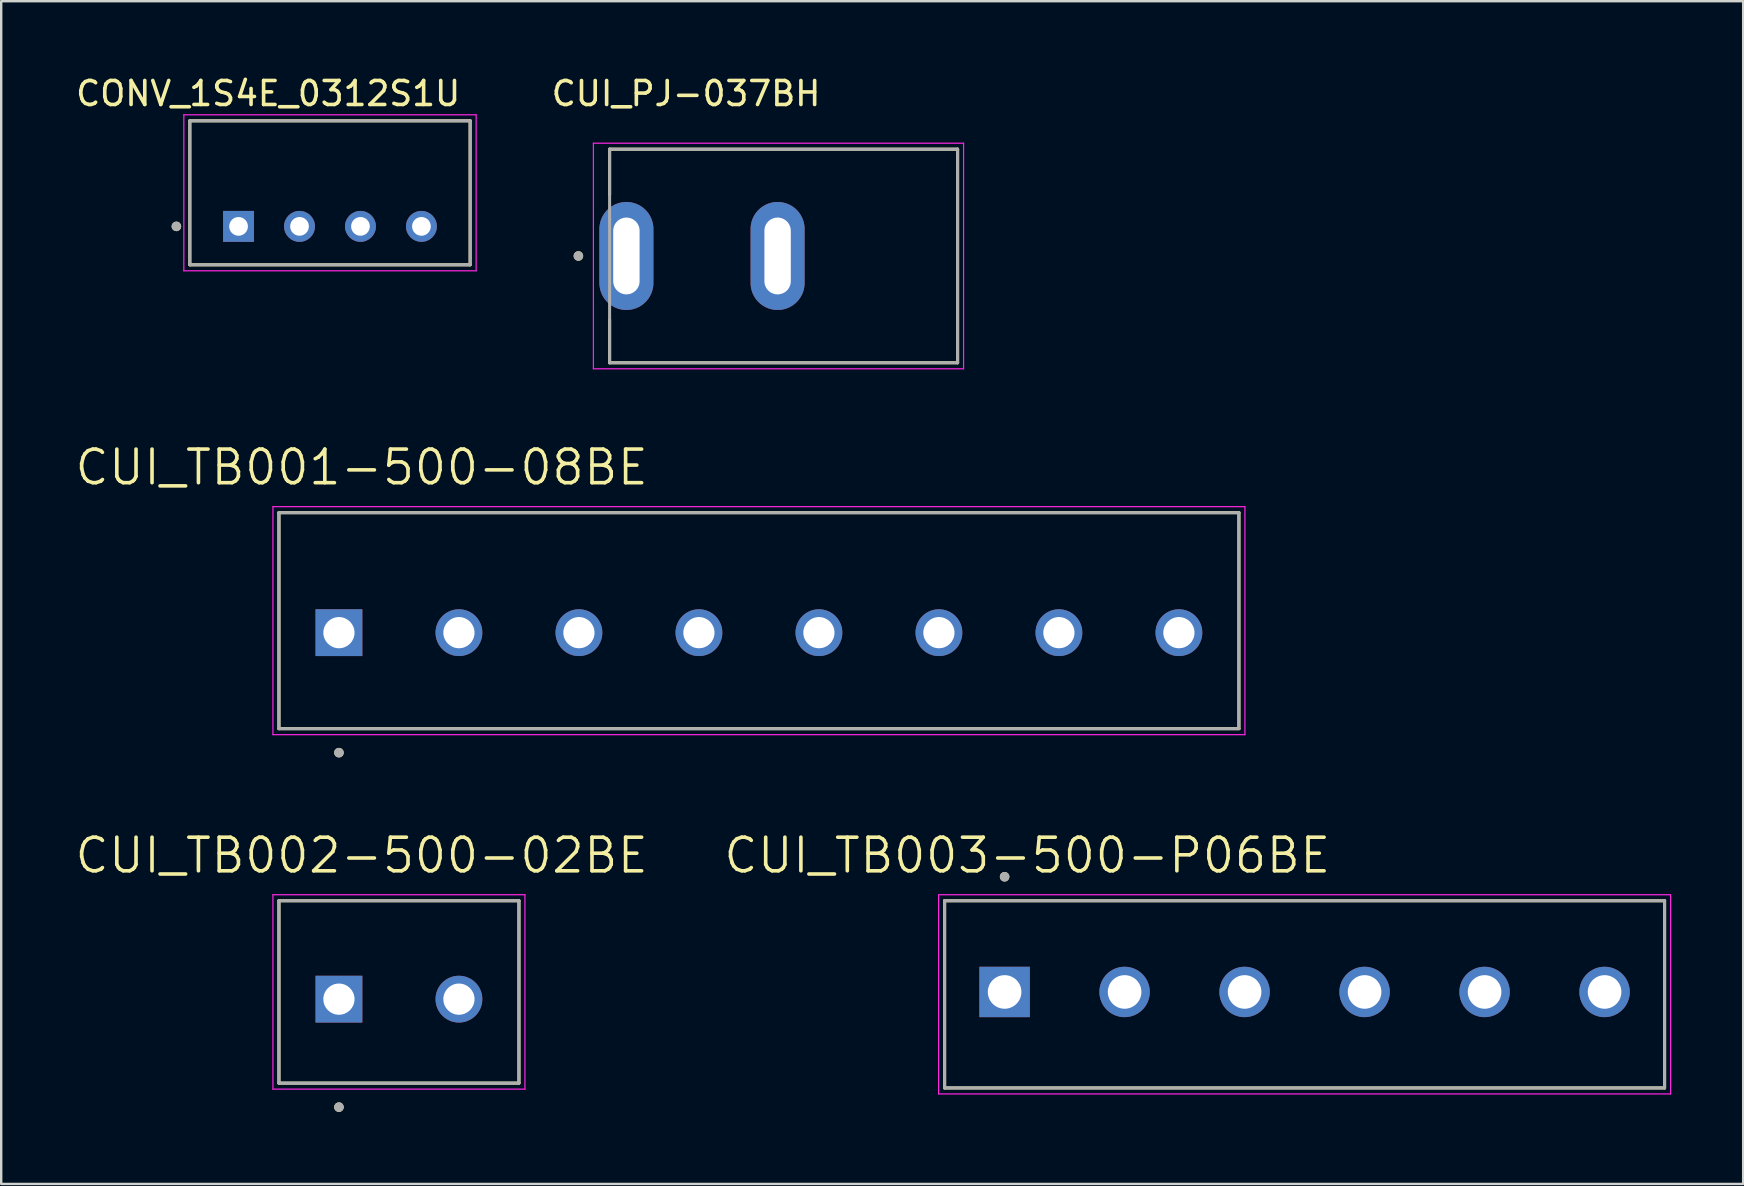
<source format=kicad_pcb>
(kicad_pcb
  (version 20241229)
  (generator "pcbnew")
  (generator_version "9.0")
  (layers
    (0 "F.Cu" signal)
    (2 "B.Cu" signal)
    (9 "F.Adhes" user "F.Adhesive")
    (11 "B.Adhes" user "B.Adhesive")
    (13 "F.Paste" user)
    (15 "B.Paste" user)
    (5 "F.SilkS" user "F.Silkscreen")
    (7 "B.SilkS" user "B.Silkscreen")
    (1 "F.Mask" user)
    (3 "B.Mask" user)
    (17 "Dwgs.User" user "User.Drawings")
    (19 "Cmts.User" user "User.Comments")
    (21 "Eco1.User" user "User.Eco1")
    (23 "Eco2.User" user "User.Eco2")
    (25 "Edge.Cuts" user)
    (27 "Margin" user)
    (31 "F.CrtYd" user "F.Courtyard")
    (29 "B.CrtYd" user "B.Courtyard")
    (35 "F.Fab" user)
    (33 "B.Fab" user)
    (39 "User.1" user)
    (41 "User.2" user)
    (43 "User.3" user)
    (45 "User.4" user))
  (footprint "CUI_TB003-500-P06BE"
    (layer "F.Cu")
    (at 38.81 38.283)
    (property "Reference" "CUI_TB003-500-P06BE" (at 0.945 -5.689 0) (layer "F.SilkS") (effects (font (size 1.4 1.4) (thickness 0.15))))
    (attr through_hole)
    (fp_line (start -2.5 -3.8) (end 27.5 -3.8) (stroke (width 0.127) (type solid)) (layer "F.SilkS"))
    (fp_line (start -2.5 4) (end -2.5 -3.8) (stroke (width 0.127) (type solid)) (layer "F.SilkS"))
    (fp_line (start 27.5 -3.8) (end 27.5 4) (stroke (width 0.127) (type solid)) (layer "F.SilkS"))
    (fp_line (start 27.5 4) (end -2.5 4) (stroke (width 0.127) (type solid)) (layer "F.SilkS"))
    (fp_circle (center 0 -4.8) (end 0.1 -4.8) (stroke (width 0.2) (type solid)) (fill no) (layer "F.SilkS"))
    (fp_line (start -2.75 -4.05) (end 27.75 -4.05) (stroke (width 0.05) (type solid)) (layer "F.CrtYd"))
    (fp_line (start -2.75 4.25) (end -2.75 -4.05) (stroke (width 0.05) (type solid)) (layer "F.CrtYd"))
    (fp_line (start 27.75 -4.05) (end 27.75 4.25) (stroke (width 0.05) (type solid)) (layer "F.CrtYd"))
    (fp_line (start 27.75 4.25) (end -2.75 4.25) (stroke (width 0.05) (type solid)) (layer "F.CrtYd"))
    (fp_line (start -2.5 -3.8) (end 27.5 -3.8) (stroke (width 0.127) (type solid)) (layer "F.Fab"))
    (fp_line (start -2.5 4) (end -2.5 -3.8) (stroke (width 0.127) (type solid)) (layer "F.Fab"))
    (fp_line (start 27.5 -3.8) (end 27.5 4) (stroke (width 0.127) (type solid)) (layer "F.Fab"))
    (fp_line (start 27.5 4) (end -2.5 4) (stroke (width 0.127) (type solid)) (layer "F.Fab"))
    (fp_circle (center 0 -4.8) (end 0.1 -4.8) (stroke (width 0.2) (type solid)) (fill no) (layer "F.Fab"))
    (pad "1" thru_hole rect (at 0 0) (size 2.1 2.1) (drill 1.4) (layers "*.Cu" "*.Mask"))
    (pad "2" thru_hole circle (at 5 0) (size 2.1 2.1) (drill 1.4) (layers "*.Cu" "*.Mask"))
    (pad "3" thru_hole circle (at 10 0) (size 2.1 2.1) (drill 1.4) (layers "*.Cu" "*.Mask"))
    (pad "4" thru_hole circle (at 15 0) (size 2.1 2.1) (drill 1.4) (layers "*.Cu" "*.Mask"))
    (pad "5" thru_hole circle (at 20 0) (size 2.1 2.1) (drill 1.4) (layers "*.Cu" "*.Mask"))
    (pad "6" thru_hole circle (at 25 0) (size 2.1 2.1) (drill 1.4) (layers "*.Cu" "*.Mask")))
  (footprint "CUI_TB002-500-02BE"
    (layer "F.Cu")
    (at 11.073 38.583)
    (property "Reference" "CUI_TB002-500-02BE" (at 0.945 -5.989 0) (layer "F.SilkS") (effects (font (size 1.4 1.4) (thickness 0.15))))
    (attr through_hole)
    (fp_line (start -2.5 -4.1) (end 7.5 -4.1) (stroke (width 0.127) (type solid)) (layer "F.SilkS"))
    (fp_line (start -2.5 3.5) (end -2.5 -4.1) (stroke (width 0.127) (type solid)) (layer "F.SilkS"))
    (fp_line (start 7.5 -4.1) (end 7.5 3.5) (stroke (width 0.127) (type solid)) (layer "F.SilkS"))
    (fp_line (start 7.5 3.5) (end -2.5 3.5) (stroke (width 0.127) (type solid)) (layer "F.SilkS"))
    (fp_circle (center 0 4.5) (end 0.1 4.5) (stroke (width 0.2) (type solid)) (fill no) (layer "F.SilkS"))
    (fp_line (start -2.75 -4.35) (end 7.75 -4.35) (stroke (width 0.05) (type solid)) (layer "F.CrtYd"))
    (fp_line (start -2.75 3.75) (end -2.75 -4.35) (stroke (width 0.05) (type solid)) (layer "F.CrtYd"))
    (fp_line (start 7.75 -4.35) (end 7.75 3.75) (stroke (width 0.05) (type solid)) (layer "F.CrtYd"))
    (fp_line (start 7.75 3.75) (end -2.75 3.75) (stroke (width 0.05) (type solid)) (layer "F.CrtYd"))
    (fp_line (start -2.5 -4.1) (end 7.5 -4.1) (stroke (width 0.127) (type solid)) (layer "F.Fab"))
    (fp_line (start -2.5 3.5) (end -2.5 -4.1) (stroke (width 0.127) (type solid)) (layer "F.Fab"))
    (fp_line (start 7.5 -4.1) (end 7.5 3.5) (stroke (width 0.127) (type solid)) (layer "F.Fab"))
    (fp_line (start 7.5 3.5) (end -2.5 3.5) (stroke (width 0.127) (type solid)) (layer "F.Fab"))
    (fp_circle (center 0 4.5) (end 0.1 4.5) (stroke (width 0.2) (type solid)) (fill no) (layer "F.Fab"))
    (pad "1" thru_hole rect (at 0 0) (size 1.95 1.95) (drill 1.3) (layers "*.Cu" "*.Mask"))
    (pad "2" thru_hole circle (at 5 0) (size 1.95 1.95) (drill 1.3) (layers "*.Cu" "*.Mask")))
  (footprint "CUI_PJ-037BH"
    (layer "F.Cu")
    (at 23.051 7.616)
    (property "Reference" "CUI_PJ-037BH" (at 2.486 -6.767 0) (layer "F.SilkS") (effects (font (size 1 1) (thickness 0.15))))
    (attr through_hole)
    (fp_line (start -0.7 -4.45) (end 13.8 -4.45) (stroke (width 0.127) (type solid)) (layer "F.SilkS"))
    (fp_line (start -0.7 -2.55) (end -0.7 -4.45) (stroke (width 0.127) (type solid)) (layer "F.SilkS"))
    (fp_line (start -0.7 4.45) (end -0.7 2.65) (stroke (width 0.127) (type solid)) (layer "F.SilkS"))
    (fp_line (start 13.8 -4.45) (end 13.8 4.45) (stroke (width 0.127) (type solid)) (layer "F.SilkS"))
    (fp_line (start 13.8 4.45) (end -0.7 4.45) (stroke (width 0.127) (type solid)) (layer "F.SilkS"))
    (fp_circle (center -2 0) (end -1.9 0) (stroke (width 0.2) (type solid)) (fill no) (layer "F.SilkS"))
    (fp_line (start -1.375 -4.7) (end -1.375 4.7) (stroke (width 0.05) (type solid)) (layer "F.CrtYd"))
    (fp_line (start -1.375 -4.7) (end 14.05 -4.7) (stroke (width 0.05) (type solid)) (layer "F.CrtYd"))
    (fp_line (start 14.05 -4.7) (end 14.05 4.7) (stroke (width 0.05) (type solid)) (layer "F.CrtYd"))
    (fp_line (start 14.05 4.7) (end -1.375 4.7) (stroke (width 0.05) (type solid)) (layer "F.CrtYd"))
    (fp_line (start -0.7 -4.45) (end 13.8 -4.45) (stroke (width 0.127) (type solid)) (layer "F.Fab"))
    (fp_line (start -0.7 4.45) (end -0.7 -4.45) (stroke (width 0.127) (type solid)) (layer "F.Fab"))
    (fp_line (start 13.8 -4.45) (end 13.8 4.45) (stroke (width 0.127) (type solid)) (layer "F.Fab"))
    (fp_line (start 13.8 4.45) (end -0.7 4.45) (stroke (width 0.127) (type solid)) (layer "F.Fab"))
    (fp_circle (center -2 0) (end -1.9 0) (stroke (width 0.2) (type solid)) (fill no) (layer "F.Fab"))
    (pad "1" thru_hole oval (at 0 0) (size 2.25 4.5) (drill oval 1.1 3.2) (layers "*.Cu" "*.Mask"))
    (pad "2" thru_hole oval (at 6.3 0) (size 2.25 4.5) (drill oval 1.1 3.2) (layers "*.Cu" "*.Mask")))
  (footprint "CUI_TB001-500-08BE"
    (layer "F.Cu")
    (at 11.073 23.312)
    (property "Reference" "CUI_TB001-500-08BE" (at 0.945 -6.889 0) (layer "F.SilkS") (effects (font (size 1.4 1.4) (thickness 0.15))))
    (attr through_hole)
    (fp_line (start -2.5 -5) (end 37.5 -5) (stroke (width 0.127) (type solid)) (layer "F.SilkS"))
    (fp_line (start -2.5 4) (end -2.5 -5) (stroke (width 0.127) (type solid)) (layer "F.SilkS"))
    (fp_line (start 37.5 -5) (end 37.5 4) (stroke (width 0.127) (type solid)) (layer "F.SilkS"))
    (fp_line (start 37.5 4) (end -2.5 4) (stroke (width 0.127) (type solid)) (layer "F.SilkS"))
    (fp_circle (center 0 5) (end 0.1 5) (stroke (width 0.2) (type solid)) (fill no) (layer "F.SilkS"))
    (fp_line (start -2.75 -5.25) (end 37.75 -5.25) (stroke (width 0.05) (type solid)) (layer "F.CrtYd"))
    (fp_line (start -2.75 4.25) (end -2.75 -5.25) (stroke (width 0.05) (type solid)) (layer "F.CrtYd"))
    (fp_line (start 37.75 -5.25) (end 37.75 4.25) (stroke (width 0.05) (type solid)) (layer "F.CrtYd"))
    (fp_line (start 37.75 4.25) (end -2.75 4.25) (stroke (width 0.05) (type solid)) (layer "F.CrtYd"))
    (fp_line (start -2.5 -5) (end 37.5 -5) (stroke (width 0.127) (type solid)) (layer "F.Fab"))
    (fp_line (start -2.5 4) (end -2.5 -5) (stroke (width 0.127) (type solid)) (layer "F.Fab"))
    (fp_line (start 37.5 -5) (end 37.5 4) (stroke (width 0.127) (type solid)) (layer "F.Fab"))
    (fp_line (start 37.5 4) (end -2.5 4) (stroke (width 0.127) (type solid)) (layer "F.Fab"))
    (fp_circle (center 0 5) (end 0.1 5) (stroke (width 0.2) (type solid)) (fill no) (layer "F.Fab"))
    (pad "1" thru_hole rect (at 0 0) (size 1.95 1.95) (drill 1.3) (layers "*.Cu" "*.Mask"))
    (pad "2" thru_hole circle (at 5 0) (size 1.95 1.95) (drill 1.3) (layers "*.Cu" "*.Mask"))
    (pad "3" thru_hole circle (at 10 0) (size 1.95 1.95) (drill 1.3) (layers "*.Cu" "*.Mask"))
    (pad "4" thru_hole circle (at 15 0) (size 1.95 1.95) (drill 1.3) (layers "*.Cu" "*.Mask"))
    (pad "5" thru_hole circle (at 20 0) (size 1.95 1.95) (drill 1.3) (layers "*.Cu" "*.Mask"))
    (pad "6" thru_hole circle (at 25 0) (size 1.95 1.95) (drill 1.3) (layers "*.Cu" "*.Mask"))
    (pad "7" thru_hole circle (at 30 0) (size 1.95 1.95) (drill 1.3) (layers "*.Cu" "*.Mask"))
    (pad "8" thru_hole circle (at 35 0) (size 1.95 1.95) (drill 1.3) (layers "*.Cu" "*.Mask")))
  (footprint "CONV_1S4E_0312S1U"
    (layer "F.Cu")
    (at 10.7 4.983)
    (property "Reference" "CONV_1S4E_0312S1U" (at -2.575 -4.135 0) (layer "F.SilkS") (effects (font (size 1 1) (thickness 0.15))))
    (attr through_hole)
    (fp_line (start -5.84 -3) (end 5.84 -3) (stroke (width 0.127) (type solid)) (layer "F.SilkS"))
    (fp_line (start -5.84 3) (end -5.84 -3) (stroke (width 0.127) (type solid)) (layer "F.SilkS"))
    (fp_line (start 5.84 -3) (end 5.84 3) (stroke (width 0.127) (type solid)) (layer "F.SilkS"))
    (fp_line (start 5.84 3) (end -5.84 3) (stroke (width 0.127) (type solid)) (layer "F.SilkS"))
    (fp_circle (center -6.4 1.4) (end -6.3 1.4) (stroke (width 0.2) (type solid)) (fill no) (layer "F.SilkS"))
    (fp_line (start -6.09 -3.25) (end 6.09 -3.25) (stroke (width 0.05) (type solid)) (layer "F.CrtYd"))
    (fp_line (start -6.09 3.25) (end -6.09 -3.25) (stroke (width 0.05) (type solid)) (layer "F.CrtYd"))
    (fp_line (start 6.09 -3.25) (end 6.09 3.25) (stroke (width 0.05) (type solid)) (layer "F.CrtYd"))
    (fp_line (start 6.09 3.25) (end -6.09 3.25) (stroke (width 0.05) (type solid)) (layer "F.CrtYd"))
    (fp_line (start -5.84 -3) (end 5.84 -3) (stroke (width 0.127) (type solid)) (layer "F.Fab"))
    (fp_line (start -5.84 3) (end -5.84 -3) (stroke (width 0.127) (type solid)) (layer "F.Fab"))
    (fp_line (start 5.84 -3) (end 5.84 3) (stroke (width 0.127) (type solid)) (layer "F.Fab"))
    (fp_line (start 5.84 3) (end -5.84 3) (stroke (width 0.127) (type solid)) (layer "F.Fab"))
    (fp_circle (center -6.4 1.4) (end -6.3 1.4) (stroke (width 0.2) (type solid)) (fill no) (layer "F.Fab"))
    (pad "1" thru_hole rect (at -3.81 1.4) (size 1.288 1.288) (drill 0.78) (layers "*.Cu" "*.Mask"))
    (pad "2" thru_hole circle (at -1.27 1.4) (size 1.288 1.288) (drill 0.78) (layers "*.Cu" "*.Mask"))
    (pad "3" thru_hole circle (at 1.27 1.4) (size 1.288 1.288) (drill 0.78) (layers "*.Cu" "*.Mask"))
    (pad "4" thru_hole circle (at 3.81 1.4) (size 1.288 1.288) (drill 0.78) (layers "*.Cu" "*.Mask")))
  (gr_rect
    (start -3 -3)
    (end 69.585 46.283)
    (stroke (width 0.1) (type default))
    (fill no)
    (layer "Edge.Cuts")))
</source>
